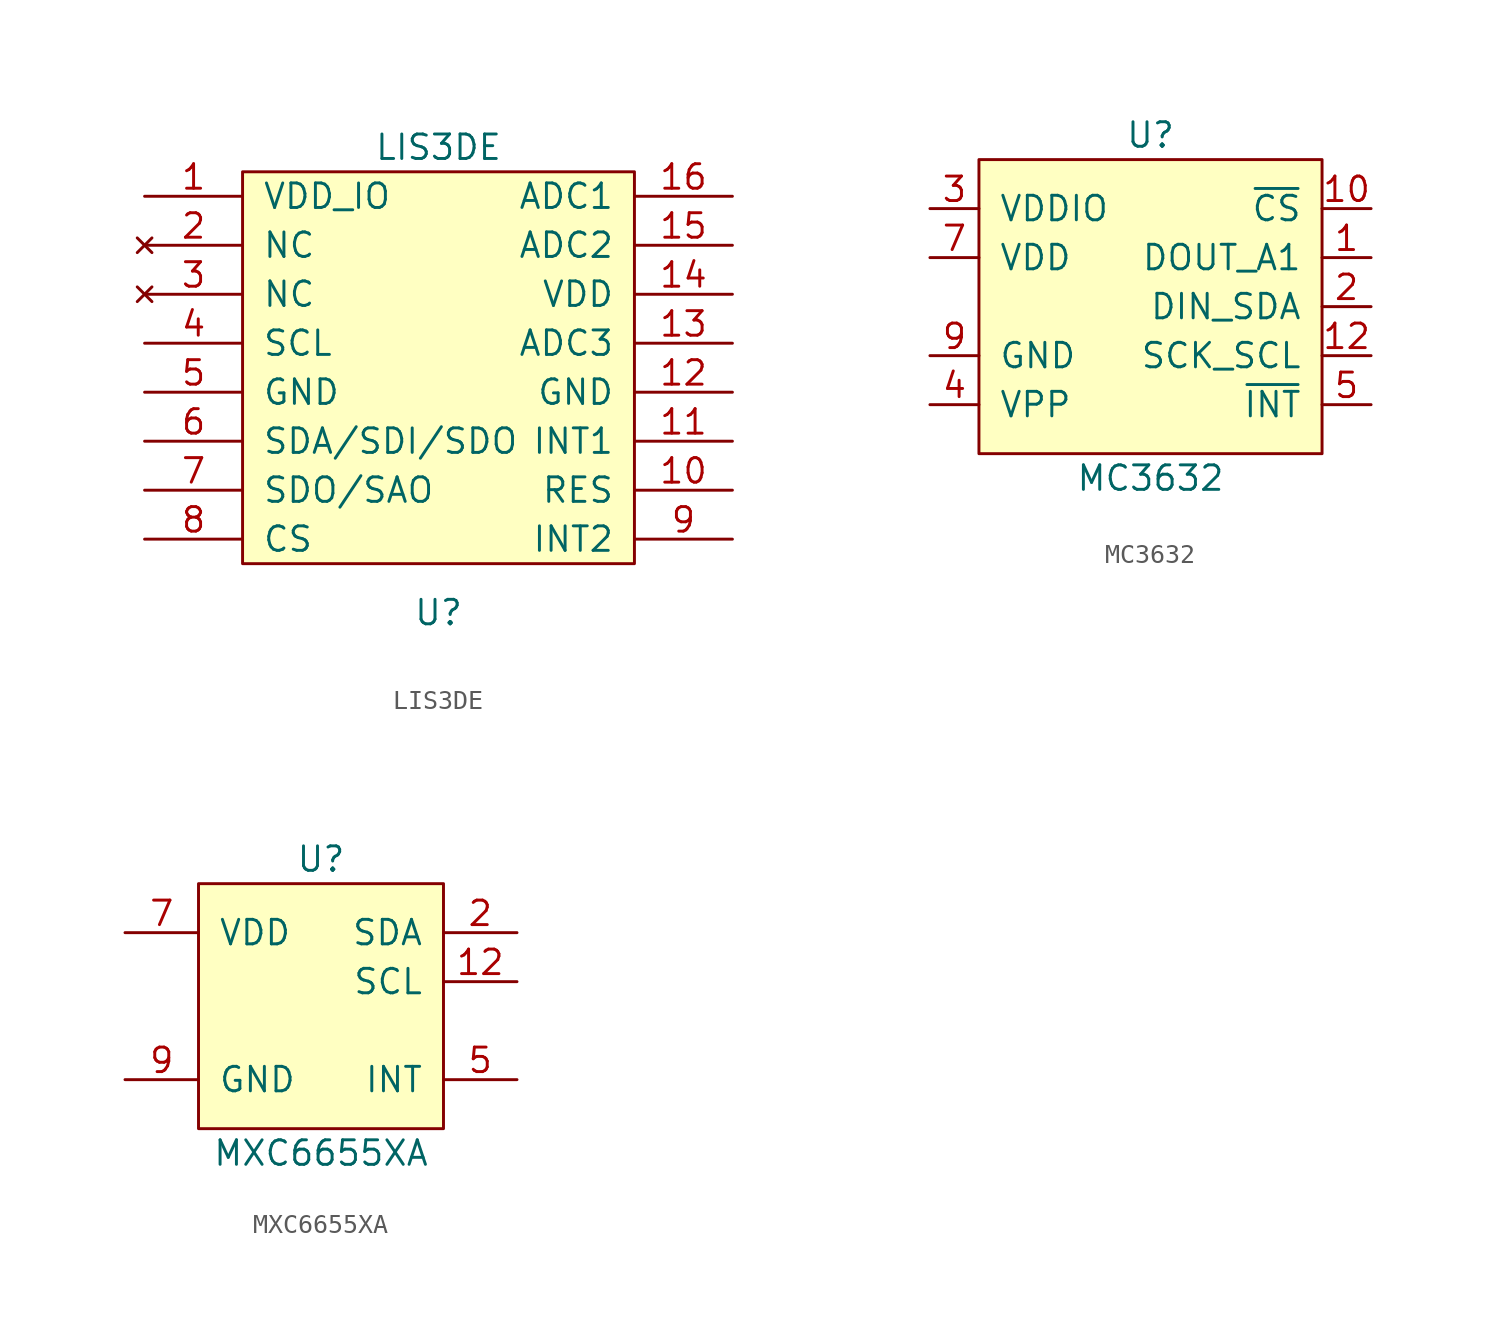
<source format=kicad_sym>
(kicad_symbol_lib
  (version 20211014)
  (generator kicad_symbol_editor)
  (symbol "LIS3DE"
    (pin_names
      (offset 1.016))
    (property "Reference" "U"
      (at 0 -12.7 0)
      (effects (font (size 1.27 1.27))))
    (property "Value" "LIS3DE"
      (at 0 11.43 0)
      (effects (font (size 1.27 1.27))))
    (symbol "LIS3DE_0_1"
      (rectangle (start -10.16 10.16) (end 10.16 -10.16) (stroke (width 0) (type default) (color 0 0 0 0)) (fill (type background))))
    (symbol "LIS3DE_1_1"
      (pin input line (at -15.24 8.89 0) (length 5.08) (name "VDD_IO" (effects (font (size 1.27 1.27)))) (number "1" (effects (font (size 1.27 1.27)))))
      (pin output line (at 15.24 -6.35 180) (length 5.08) (name "RES" (effects (font (size 1.27 1.27)))) (number "10" (effects (font (size 1.27 1.27)))))
      (pin output line (at 15.24 -3.81 180) (length 5.08) (name "INT1" (effects (font (size 1.27 1.27)))) (number "11" (effects (font (size 1.27 1.27)))))
      (pin power_in line (at 15.24 -1.27 180) (length 5.08) (name "GND" (effects (font (size 1.27 1.27)))) (number "12" (effects (font (size 1.27 1.27)))))
      (pin output line (at 15.24 1.27 180) (length 5.08) (name "ADC3" (effects (font (size 1.27 1.27)))) (number "13" (effects (font (size 1.27 1.27)))))
      (pin power_in line (at 15.24 3.81 180) (length 5.08) (name "VDD" (effects (font (size 1.27 1.27)))) (number "14" (effects (font (size 1.27 1.27)))))
      (pin output line (at 15.24 6.35 180) (length 5.08) (name "ADC2" (effects (font (size 1.27 1.27)))) (number "15" (effects (font (size 1.27 1.27)))))
      (pin output line (at 15.24 8.89 180) (length 5.08) (name "ADC1" (effects (font (size 1.27 1.27)))) (number "16" (effects (font (size 1.27 1.27)))))
      (pin no_connect line (at -15.24 6.35 0) (length 5.08) (name "NC" (effects (font (size 1.27 1.27)))) (number "2" (effects (font (size 1.27 1.27)))))
      (pin no_connect line (at -15.24 3.81 0) (length 5.08) (name "NC" (effects (font (size 1.27 1.27)))) (number "3" (effects (font (size 1.27 1.27)))))
      (pin input line (at -15.24 1.27 0) (length 5.08) (name "SCL" (effects (font (size 1.27 1.27)))) (number "4" (effects (font (size 1.27 1.27)))))
      (pin power_in line (at -15.24 -1.27 0) (length 5.08) (name "GND" (effects (font (size 1.27 1.27)))) (number "5" (effects (font (size 1.27 1.27)))))
      (pin output line (at -15.24 -3.81 0) (length 5.08) (name "SDA/SDI/SDO" (effects (font (size 1.27 1.27)))) (number "6" (effects (font (size 1.27 1.27)))))
      (pin output line (at -15.24 -6.35 0) (length 5.08) (name "SDO/SAO" (effects (font (size 1.27 1.27)))) (number "7" (effects (font (size 1.27 1.27)))))
      (pin input line (at -15.24 -8.89 0) (length 5.08) (name "CS" (effects (font (size 1.27 1.27)))) (number "8" (effects (font (size 1.27 1.27)))))
      (pin output line (at 15.24 -8.89 180) (length 5.08) (name "INT2" (effects (font (size 1.27 1.27)))) (number "9" (effects (font (size 1.27 1.27)))))))
  (symbol "MC3632"
    (pin_names
      (offset 1.016))
    (property "Reference" "U"
      (at 8.89 1.27 0)
      (effects (font (size 1.27 1.27))))
    (property "Value" "MC3632"
      (at 8.89 -16.51 0)
      (effects (font (size 1.27 1.27))))
    (symbol "MC3632_0_1"
      (rectangle (start 0 0) (end 17.78 -15.24) (stroke (width 0) (type default) (color 0 0 0 0)) (fill (type background))))
    (symbol "MC3632_1_1"
      (pin output line (at 20.32 -5.08 180) (length 2.54) (name "DOUT_A1" (effects (font (size 1.27 1.27)))) (number "1" (effects (font (size 1.27 1.27)))))
      (pin power_in line (at 20.32 -2.54 180) (length 2.54) (name "~{CS}" (effects (font (size 1.27 1.27)))) (number "10" (effects (font (size 1.27 1.27)))))
      (pin input line (at 20.32 -10.16 180) (length 2.54) (name "SCK_SCL" (effects (font (size 1.27 1.27)))) (number "12" (effects (font (size 1.27 1.27)))))
      (pin bidirectional line (at 20.32 -7.62 180) (length 2.54) (name "DIN_SDA" (effects (font (size 1.27 1.27)))) (number "2" (effects (font (size 1.27 1.27)))))
      (pin power_in line (at -2.54 -2.54 0) (length 2.54) (name "VDDIO" (effects (font (size 1.27 1.27)))) (number "3" (effects (font (size 1.27 1.27)))))
      (pin power_in line (at -2.54 -12.7 0) (length 2.54) (name "VPP" (effects (font (size 1.27 1.27)))) (number "4" (effects (font (size 1.27 1.27)))))
      (pin output line (at 20.32 -12.7 180) (length 2.54) (name "~{INT}" (effects (font (size 1.27 1.27)))) (number "5" (effects (font (size 1.27 1.27)))))
      (pin power_in line (at -2.54 -5.08 0) (length 2.54) (name "VDD" (effects (font (size 1.27 1.27)))) (number "7" (effects (font (size 1.27 1.27)))))
      (pin power_in line (at -2.54 -10.16 0) (length 2.54) (name "GND" (effects (font (size 1.27 1.27)))) (number "9" (effects (font (size 1.27 1.27)))))))
  (symbol "MXC6655XA"
    (pin_names
      (offset 1.016))
    (property "Reference" "U"
      (at 6.35 1.27 0)
      (effects (font (size 1.27 1.27))))
    (property "Value" "MXC6655XA"
      (at 6.35 -13.97 0)
      (effects (font (size 1.27 1.27))))
    (symbol "MXC6655XA_0_1"
      (rectangle (start 0 0) (end 12.7 -12.7) (stroke (width 0) (type default) (color 0 0 0 0)) (fill (type background))))
    (symbol "MXC6655XA_1_1"
      (pin input line (at 16.51 -5.08 180) (length 3.81) (name "SCL" (effects (font (size 1.27 1.27)))) (number "12" (effects (font (size 1.27 1.27)))))
      (pin bidirectional line (at 16.51 -2.54 180) (length 3.81) (name "SDA" (effects (font (size 1.27 1.27)))) (number "2" (effects (font (size 1.27 1.27)))))
      (pin passive line (at 16.51 -10.16 180) (length 3.81) (name "INT" (effects (font (size 1.27 1.27)))) (number "5" (effects (font (size 1.27 1.27)))))
      (pin power_in line (at -3.81 -2.54 0) (length 3.81) (name "VDD" (effects (font (size 1.27 1.27)))) (number "7" (effects (font (size 1.27 1.27)))))
      (pin power_in line (at -3.81 -10.16 0) (length 3.81) (name "GND" (effects (font (size 1.27 1.27)))) (number "9" (effects (font (size 1.27 1.27))))))))
</source>
